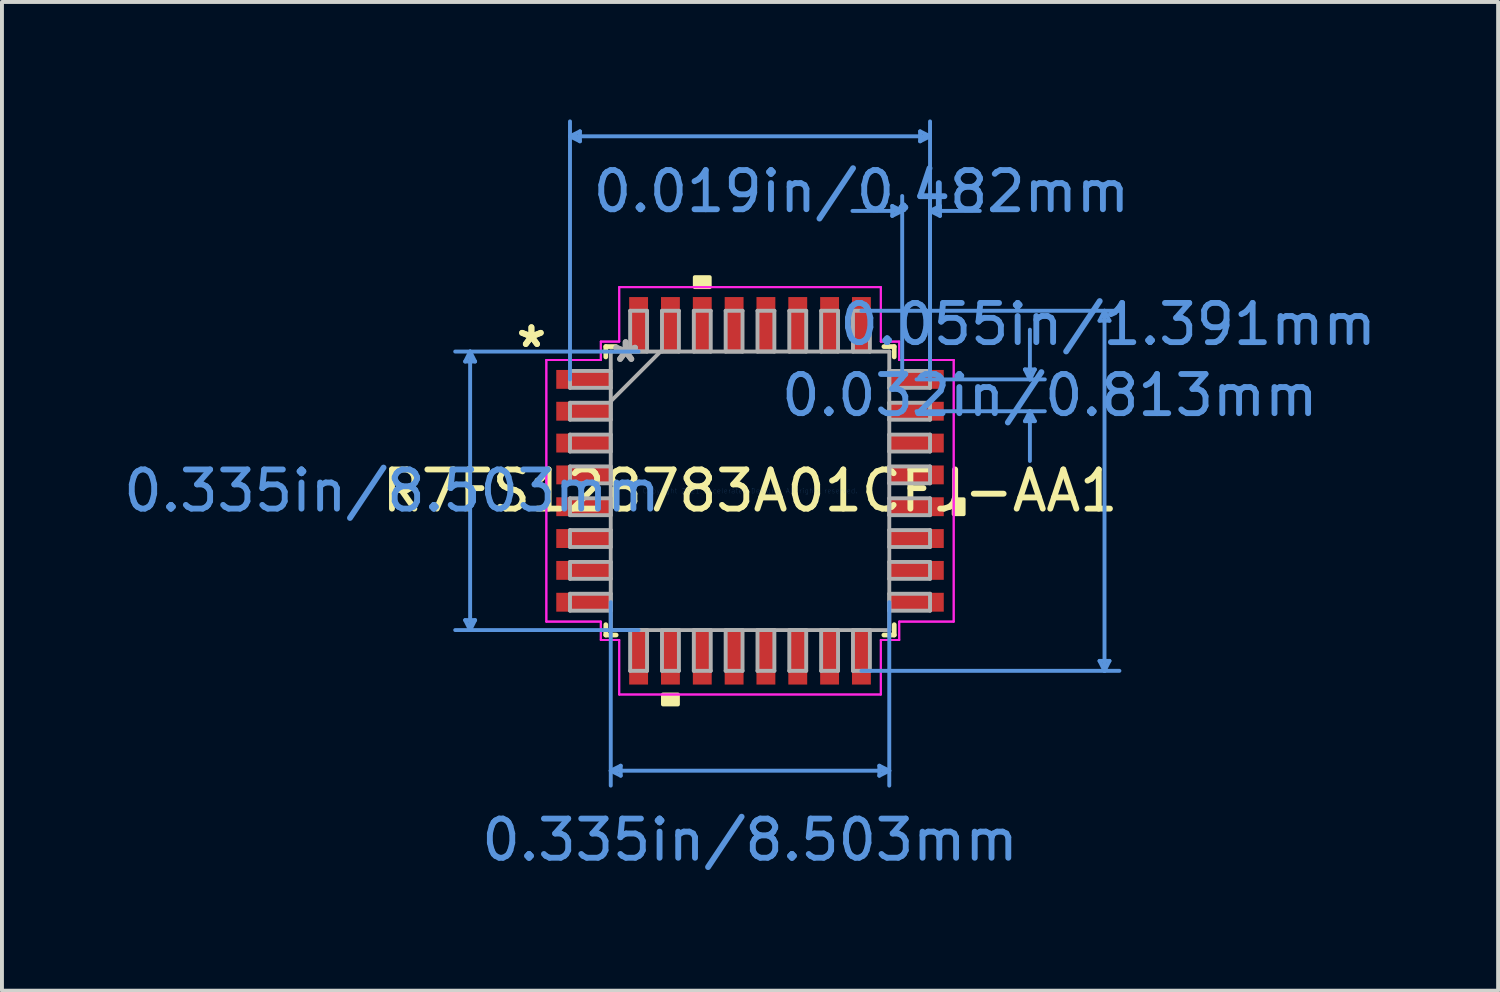
<source format=kicad_pcb>
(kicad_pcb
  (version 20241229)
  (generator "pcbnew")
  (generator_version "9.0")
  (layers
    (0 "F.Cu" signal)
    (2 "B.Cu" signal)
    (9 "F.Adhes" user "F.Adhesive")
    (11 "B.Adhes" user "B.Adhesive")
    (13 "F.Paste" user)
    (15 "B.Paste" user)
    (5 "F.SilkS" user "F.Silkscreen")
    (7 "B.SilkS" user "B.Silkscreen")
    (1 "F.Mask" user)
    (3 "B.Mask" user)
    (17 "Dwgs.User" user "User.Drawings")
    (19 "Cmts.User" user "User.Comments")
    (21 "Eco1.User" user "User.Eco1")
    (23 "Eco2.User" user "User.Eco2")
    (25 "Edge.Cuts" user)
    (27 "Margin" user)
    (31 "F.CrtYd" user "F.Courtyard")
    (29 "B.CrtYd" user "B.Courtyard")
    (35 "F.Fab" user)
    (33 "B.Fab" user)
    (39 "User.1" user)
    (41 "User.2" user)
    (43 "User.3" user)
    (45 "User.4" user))
  (footprint "R7FS128783A01CFJ-AA1"
    (layer "F.Cu")
    (at 16.102 9.483)
    (property "Reference" "R7FS128783A01CFJ-AA1" (at 0 0 0) (layer "F.SilkS") (effects (font (size 1 1) (thickness 0.15))))
    (attr through_hole)
    (fp_line (start -3.683 -3.683) (end -3.683 -3.418) (stroke (width 0.12) (type solid)) (layer "F.SilkS"))
    (fp_line (start -3.683 3.418) (end -3.683 3.683) (stroke (width 0.12) (type solid)) (layer "F.SilkS"))
    (fp_line (start -3.683 3.683) (end -3.418 3.683) (stroke (width 0.12) (type solid)) (layer "F.SilkS"))
    (fp_line (start -3.418 -3.683) (end -3.683 -3.683) (stroke (width 0.12) (type solid)) (layer "F.SilkS"))
    (fp_line (start 3.418 3.683) (end 3.683 3.683) (stroke (width 0.12) (type solid)) (layer "F.SilkS"))
    (fp_line (start 3.683 -3.683) (end 3.418 -3.683) (stroke (width 0.12) (type solid)) (layer "F.SilkS"))
    (fp_line (start 3.683 -3.418) (end 3.683 -3.683) (stroke (width 0.12) (type solid)) (layer "F.SilkS"))
    (fp_line (start 3.683 3.683) (end 3.683 3.418) (stroke (width 0.12) (type solid)) (layer "F.SilkS"))
    (fp_poly (pts (xy -2.223 5.201) (xy -2.223 5.455) (xy -1.841 5.455) (xy -1.841 5.201)) (stroke (width 0.1) (type solid)) (fill yes) (layer "F.SilkS"))
    (fp_poly (pts (xy -1.41 -5.201) (xy -1.41 -5.455) (xy -1.029 -5.455) (xy -1.029 -5.201)) (stroke (width 0.1) (type solid)) (fill yes) (layer "F.SilkS"))
    (fp_poly (pts (xy 5.455 0.216) (xy 5.455 0.597) (xy 5.201 0.597) (xy 5.201 0.216)) (stroke (width 0.1) (type solid)) (fill yes) (layer "F.SilkS"))
    (fp_line (start -7.274 -3.302) (end -7.02 -3.302) (stroke (width 0.1) (type solid)) (layer "Cmts.User"))
    (fp_line (start -7.274 3.302) (end -7.02 3.302) (stroke (width 0.1) (type solid)) (layer "Cmts.User"))
    (fp_line (start -7.147 -3.556) (end -7.274 -3.302) (stroke (width 0.1) (type solid)) (layer "Cmts.User"))
    (fp_line (start -7.147 -3.556) (end -7.147 3.556) (stroke (width 0.1) (type solid)) (layer "Cmts.User"))
    (fp_line (start -7.147 -3.556) (end -7.02 -3.302) (stroke (width 0.1) (type solid)) (layer "Cmts.User"))
    (fp_line (start -7.147 3.556) (end -7.274 3.302) (stroke (width 0.1) (type solid)) (layer "Cmts.User"))
    (fp_line (start -7.147 3.556) (end -7.02 3.302) (stroke (width 0.1) (type solid)) (layer "Cmts.User"))
    (fp_line (start -4.597 -9.052) (end -4.343 -9.179) (stroke (width 0.1) (type solid)) (layer "Cmts.User"))
    (fp_line (start -4.597 -9.052) (end -4.343 -8.925) (stroke (width 0.1) (type solid)) (layer "Cmts.User"))
    (fp_line (start -4.597 -9.052) (end 4.597 -9.052) (stroke (width 0.1) (type solid)) (layer "Cmts.User"))
    (fp_line (start -4.597 -2.845) (end -4.597 -9.433) (stroke (width 0.1) (type solid)) (layer "Cmts.User"))
    (fp_line (start -4.343 -9.179) (end -4.343 -8.925) (stroke (width 0.1) (type solid)) (layer "Cmts.User"))
    (fp_line (start -3.556 2.845) (end -3.556 7.528) (stroke (width 0.1) (type solid)) (layer "Cmts.User"))
    (fp_line (start -3.556 7.147) (end -3.302 7.02) (stroke (width 0.1) (type solid)) (layer "Cmts.User"))
    (fp_line (start -3.556 7.147) (end -3.302 7.274) (stroke (width 0.1) (type solid)) (layer "Cmts.User"))
    (fp_line (start -3.556 7.147) (end 3.556 7.147) (stroke (width 0.1) (type solid)) (layer "Cmts.User"))
    (fp_line (start -3.302 7.02) (end -3.302 7.274) (stroke (width 0.1) (type solid)) (layer "Cmts.User"))
    (fp_line (start -2.845 -3.556) (end -7.528 -3.556) (stroke (width 0.1) (type solid)) (layer "Cmts.User"))
    (fp_line (start -2.845 3.556) (end -7.528 3.556) (stroke (width 0.1) (type solid)) (layer "Cmts.User"))
    (fp_line (start 2.845 -4.597) (end 9.433 -4.597) (stroke (width 0.1) (type solid)) (layer "Cmts.User"))
    (fp_line (start 2.845 4.597) (end 9.433 4.597) (stroke (width 0.1) (type solid)) (layer "Cmts.User"))
    (fp_line (start 3.302 7.02) (end 3.302 7.274) (stroke (width 0.1) (type solid)) (layer "Cmts.User"))
    (fp_line (start 3.556 2.845) (end 3.556 7.528) (stroke (width 0.1) (type solid)) (layer "Cmts.User"))
    (fp_line (start 3.556 7.147) (end 3.302 7.02) (stroke (width 0.1) (type solid)) (layer "Cmts.User"))
    (fp_line (start 3.556 7.147) (end 3.302 7.274) (stroke (width 0.1) (type solid)) (layer "Cmts.User"))
    (fp_line (start 3.632 -7.274) (end 3.632 -7.02) (stroke (width 0.1) (type solid)) (layer "Cmts.User"))
    (fp_line (start 3.886 -7.147) (end 2.616 -7.147) (stroke (width 0.1) (type solid)) (layer "Cmts.User"))
    (fp_line (start 3.886 -7.147) (end 3.632 -7.274) (stroke (width 0.1) (type solid)) (layer "Cmts.User"))
    (fp_line (start 3.886 -7.147) (end 3.632 -7.02) (stroke (width 0.1) (type solid)) (layer "Cmts.User"))
    (fp_line (start 3.886 -2.845) (end 3.886 -7.528) (stroke (width 0.1) (type solid)) (layer "Cmts.User"))
    (fp_line (start 4.252 -2.845) (end 7.528 -2.845) (stroke (width 0.1) (type solid)) (layer "Cmts.User"))
    (fp_line (start 4.252 -2.032) (end 7.528 -2.032) (stroke (width 0.1) (type solid)) (layer "Cmts.User"))
    (fp_line (start 4.343 -9.179) (end 4.343 -8.925) (stroke (width 0.1) (type solid)) (layer "Cmts.User"))
    (fp_line (start 4.597 -9.052) (end 4.343 -9.179) (stroke (width 0.1) (type solid)) (layer "Cmts.User"))
    (fp_line (start 4.597 -9.052) (end 4.343 -8.925) (stroke (width 0.1) (type solid)) (layer "Cmts.User"))
    (fp_line (start 4.597 -7.147) (end 4.851 -7.274) (stroke (width 0.1) (type solid)) (layer "Cmts.User"))
    (fp_line (start 4.597 -7.147) (end 4.851 -7.02) (stroke (width 0.1) (type solid)) (layer "Cmts.User"))
    (fp_line (start 4.597 -7.147) (end 5.867 -7.147) (stroke (width 0.1) (type solid)) (layer "Cmts.User"))
    (fp_line (start 4.597 -2.845) (end 4.597 -9.433) (stroke (width 0.1) (type solid)) (layer "Cmts.User"))
    (fp_line (start 4.597 -2.845) (end 4.597 -7.528) (stroke (width 0.1) (type solid)) (layer "Cmts.User"))
    (fp_line (start 4.851 -7.274) (end 4.851 -7.02) (stroke (width 0.1) (type solid)) (layer "Cmts.User"))
    (fp_line (start 7.02 -3.099) (end 7.274 -3.099) (stroke (width 0.1) (type solid)) (layer "Cmts.User"))
    (fp_line (start 7.02 -1.778) (end 7.274 -1.778) (stroke (width 0.1) (type solid)) (layer "Cmts.User"))
    (fp_line (start 7.147 -2.845) (end 7.02 -3.099) (stroke (width 0.1) (type solid)) (layer "Cmts.User"))
    (fp_line (start 7.147 -2.845) (end 7.147 -4.115) (stroke (width 0.1) (type solid)) (layer "Cmts.User"))
    (fp_line (start 7.147 -2.845) (end 7.274 -3.099) (stroke (width 0.1) (type solid)) (layer "Cmts.User"))
    (fp_line (start 7.147 -2.032) (end 7.02 -1.778) (stroke (width 0.1) (type solid)) (layer "Cmts.User"))
    (fp_line (start 7.147 -2.032) (end 7.147 -0.762) (stroke (width 0.1) (type solid)) (layer "Cmts.User"))
    (fp_line (start 7.147 -2.032) (end 7.274 -1.778) (stroke (width 0.1) (type solid)) (layer "Cmts.User"))
    (fp_line (start 8.925 -4.343) (end 9.179 -4.343) (stroke (width 0.1) (type solid)) (layer "Cmts.User"))
    (fp_line (start 8.925 4.343) (end 9.179 4.343) (stroke (width 0.1) (type solid)) (layer "Cmts.User"))
    (fp_line (start 9.052 -4.597) (end 8.925 -4.343) (stroke (width 0.1) (type solid)) (layer "Cmts.User"))
    (fp_line (start 9.052 -4.597) (end 9.052 4.597) (stroke (width 0.1) (type solid)) (layer "Cmts.User"))
    (fp_line (start 9.052 -4.597) (end 9.179 -4.343) (stroke (width 0.1) (type solid)) (layer "Cmts.User"))
    (fp_line (start 9.052 4.597) (end 8.925 4.343) (stroke (width 0.1) (type solid)) (layer "Cmts.User"))
    (fp_line (start 9.052 4.597) (end 9.179 4.343) (stroke (width 0.1) (type solid)) (layer "Cmts.User"))
    (fp_line (start -5.201 -3.34) (end -3.81 -3.34) (stroke (width 0.05) (type solid)) (layer "F.CrtYd"))
    (fp_line (start -5.201 -3.34) (end -3.81 -3.34) (stroke (width 0.05) (type solid)) (layer "F.CrtYd"))
    (fp_line (start -5.201 3.34) (end -5.201 -3.34) (stroke (width 0.05) (type solid)) (layer "F.CrtYd"))
    (fp_line (start -5.201 3.34) (end -5.201 -3.34) (stroke (width 0.05) (type solid)) (layer "F.CrtYd"))
    (fp_line (start -3.81 -3.81) (end -3.34 -3.81) (stroke (width 0.05) (type solid)) (layer "F.CrtYd"))
    (fp_line (start -3.81 -3.81) (end -3.34 -3.81) (stroke (width 0.05) (type solid)) (layer "F.CrtYd"))
    (fp_line (start -3.81 -3.34) (end -3.81 -3.81) (stroke (width 0.05) (type solid)) (layer "F.CrtYd"))
    (fp_line (start -3.81 -3.34) (end -3.81 -3.81) (stroke (width 0.05) (type solid)) (layer "F.CrtYd"))
    (fp_line (start -3.81 3.34) (end -5.201 3.34) (stroke (width 0.05) (type solid)) (layer "F.CrtYd"))
    (fp_line (start -3.81 3.34) (end -5.201 3.34) (stroke (width 0.05) (type solid)) (layer "F.CrtYd"))
    (fp_line (start -3.81 3.81) (end -3.81 3.34) (stroke (width 0.05) (type solid)) (layer "F.CrtYd"))
    (fp_line (start -3.81 3.81) (end -3.81 3.34) (stroke (width 0.05) (type solid)) (layer "F.CrtYd"))
    (fp_line (start -3.81 3.81) (end -3.34 3.81) (stroke (width 0.05) (type solid)) (layer "F.CrtYd"))
    (fp_line (start -3.34 -5.201) (end 3.34 -5.201) (stroke (width 0.05) (type solid)) (layer "F.CrtYd"))
    (fp_line (start -3.34 -5.201) (end 3.34 -5.201) (stroke (width 0.05) (type solid)) (layer "F.CrtYd"))
    (fp_line (start -3.34 -3.81) (end -3.34 -5.201) (stroke (width 0.05) (type solid)) (layer "F.CrtYd"))
    (fp_line (start -3.34 -3.81) (end -3.34 -5.201) (stroke (width 0.05) (type solid)) (layer "F.CrtYd"))
    (fp_line (start -3.34 3.81) (end -3.81 3.81) (stroke (width 0.05) (type solid)) (layer "F.CrtYd"))
    (fp_line (start -3.34 3.81) (end -3.34 5.201) (stroke (width 0.05) (type solid)) (layer "F.CrtYd"))
    (fp_line (start -3.34 5.201) (end -3.34 3.81) (stroke (width 0.05) (type solid)) (layer "F.CrtYd"))
    (fp_line (start -3.34 5.201) (end 3.34 5.201) (stroke (width 0.05) (type solid)) (layer "F.CrtYd"))
    (fp_line (start 3.34 -5.201) (end 3.34 -3.81) (stroke (width 0.05) (type solid)) (layer "F.CrtYd"))
    (fp_line (start 3.34 -5.201) (end 3.34 -3.81) (stroke (width 0.05) (type solid)) (layer "F.CrtYd"))
    (fp_line (start 3.34 -3.81) (end 3.81 -3.81) (stroke (width 0.05) (type solid)) (layer "F.CrtYd"))
    (fp_line (start 3.34 -3.81) (end 3.81 -3.81) (stroke (width 0.05) (type solid)) (layer "F.CrtYd"))
    (fp_line (start 3.34 3.81) (end 3.34 5.201) (stroke (width 0.05) (type solid)) (layer "F.CrtYd"))
    (fp_line (start 3.34 3.81) (end 3.81 3.81) (stroke (width 0.05) (type solid)) (layer "F.CrtYd"))
    (fp_line (start 3.34 5.201) (end -3.34 5.201) (stroke (width 0.05) (type solid)) (layer "F.CrtYd"))
    (fp_line (start 3.34 5.201) (end 3.34 3.81) (stroke (width 0.05) (type solid)) (layer "F.CrtYd"))
    (fp_line (start 3.81 -3.81) (end 3.81 -3.34) (stroke (width 0.05) (type solid)) (layer "F.CrtYd"))
    (fp_line (start 3.81 -3.34) (end 3.81 -3.81) (stroke (width 0.05) (type solid)) (layer "F.CrtYd"))
    (fp_line (start 3.81 -3.34) (end 5.201 -3.34) (stroke (width 0.05) (type solid)) (layer "F.CrtYd"))
    (fp_line (start 3.81 3.34) (end 3.81 3.81) (stroke (width 0.05) (type solid)) (layer "F.CrtYd"))
    (fp_line (start 3.81 3.34) (end 5.201 3.34) (stroke (width 0.05) (type solid)) (layer "F.CrtYd"))
    (fp_line (start 3.81 3.81) (end 3.34 3.81) (stroke (width 0.05) (type solid)) (layer "F.CrtYd"))
    (fp_line (start 3.81 3.81) (end 3.81 3.34) (stroke (width 0.05) (type solid)) (layer "F.CrtYd"))
    (fp_line (start 5.201 -3.34) (end 3.81 -3.34) (stroke (width 0.05) (type solid)) (layer "F.CrtYd"))
    (fp_line (start 5.201 -3.34) (end 5.201 3.34) (stroke (width 0.05) (type solid)) (layer "F.CrtYd"))
    (fp_line (start 5.201 3.34) (end 3.81 3.34) (stroke (width 0.05) (type solid)) (layer "F.CrtYd"))
    (fp_line (start 5.201 3.34) (end 5.201 -3.34) (stroke (width 0.05) (type solid)) (layer "F.CrtYd"))
    (fp_line (start -4.597 -3.061) (end -4.597 -2.629) (stroke (width 0.1) (type solid)) (layer "F.Fab"))
    (fp_line (start -4.597 -2.629) (end -3.556 -2.629) (stroke (width 0.1) (type solid)) (layer "F.Fab"))
    (fp_line (start -4.597 -2.248) (end -4.597 -1.816) (stroke (width 0.1) (type solid)) (layer "F.Fab"))
    (fp_line (start -4.597 -1.816) (end -3.556 -1.816) (stroke (width 0.1) (type solid)) (layer "F.Fab"))
    (fp_line (start -4.597 -1.435) (end -4.597 -1.003) (stroke (width 0.1) (type solid)) (layer "F.Fab"))
    (fp_line (start -4.597 -1.003) (end -3.556 -1.003) (stroke (width 0.1) (type solid)) (layer "F.Fab"))
    (fp_line (start -4.597 -0.622) (end -4.597 -0.191) (stroke (width 0.1) (type solid)) (layer "F.Fab"))
    (fp_line (start -4.597 -0.191) (end -3.556 -0.191) (stroke (width 0.1) (type solid)) (layer "F.Fab"))
    (fp_line (start -4.597 0.191) (end -4.597 0.622) (stroke (width 0.1) (type solid)) (layer "F.Fab"))
    (fp_line (start -4.597 0.622) (end -3.556 0.622) (stroke (width 0.1) (type solid)) (layer "F.Fab"))
    (fp_line (start -4.597 1.003) (end -4.597 1.435) (stroke (width 0.1) (type solid)) (layer "F.Fab"))
    (fp_line (start -4.597 1.435) (end -3.556 1.435) (stroke (width 0.1) (type solid)) (layer "F.Fab"))
    (fp_line (start -4.597 1.816) (end -4.597 2.248) (stroke (width 0.1) (type solid)) (layer "F.Fab"))
    (fp_line (start -4.597 2.248) (end -3.556 2.248) (stroke (width 0.1) (type solid)) (layer "F.Fab"))
    (fp_line (start -4.597 2.629) (end -4.597 3.061) (stroke (width 0.1) (type solid)) (layer "F.Fab"))
    (fp_line (start -4.597 3.061) (end -3.556 3.061) (stroke (width 0.1) (type solid)) (layer "F.Fab"))
    (fp_line (start -3.556 -3.556) (end -3.556 3.556) (stroke (width 0.1) (type solid)) (layer "F.Fab"))
    (fp_line (start -3.556 -3.061) (end -4.597 -3.061) (stroke (width 0.1) (type solid)) (layer "F.Fab"))
    (fp_line (start -3.556 -2.629) (end -3.556 -3.061) (stroke (width 0.1) (type solid)) (layer "F.Fab"))
    (fp_line (start -3.556 -2.286) (end -2.286 -3.556) (stroke (width 0.1) (type solid)) (layer "F.Fab"))
    (fp_line (start -3.556 -2.248) (end -4.597 -2.248) (stroke (width 0.1) (type solid)) (layer "F.Fab"))
    (fp_line (start -3.556 -1.816) (end -3.556 -2.248) (stroke (width 0.1) (type solid)) (layer "F.Fab"))
    (fp_line (start -3.556 -1.435) (end -4.597 -1.435) (stroke (width 0.1) (type solid)) (layer "F.Fab"))
    (fp_line (start -3.556 -1.003) (end -3.556 -1.435) (stroke (width 0.1) (type solid)) (layer "F.Fab"))
    (fp_line (start -3.556 -0.622) (end -4.597 -0.622) (stroke (width 0.1) (type solid)) (layer "F.Fab"))
    (fp_line (start -3.556 -0.191) (end -3.556 -0.622) (stroke (width 0.1) (type solid)) (layer "F.Fab"))
    (fp_line (start -3.556 0.191) (end -4.597 0.191) (stroke (width 0.1) (type solid)) (layer "F.Fab"))
    (fp_line (start -3.556 0.622) (end -3.556 0.191) (stroke (width 0.1) (type solid)) (layer "F.Fab"))
    (fp_line (start -3.556 1.003) (end -4.597 1.003) (stroke (width 0.1) (type solid)) (layer "F.Fab"))
    (fp_line (start -3.556 1.435) (end -3.556 1.003) (stroke (width 0.1) (type solid)) (layer "F.Fab"))
    (fp_line (start -3.556 1.816) (end -4.597 1.816) (stroke (width 0.1) (type solid)) (layer "F.Fab"))
    (fp_line (start -3.556 2.248) (end -3.556 1.816) (stroke (width 0.1) (type solid)) (layer "F.Fab"))
    (fp_line (start -3.556 2.629) (end -4.597 2.629) (stroke (width 0.1) (type solid)) (layer "F.Fab"))
    (fp_line (start -3.556 3.061) (end -3.556 2.629) (stroke (width 0.1) (type solid)) (layer "F.Fab"))
    (fp_line (start -3.556 3.556) (end 3.556 3.556) (stroke (width 0.1) (type solid)) (layer "F.Fab"))
    (fp_line (start -3.061 -4.597) (end -3.061 -3.556) (stroke (width 0.1) (type solid)) (layer "F.Fab"))
    (fp_line (start -3.061 -3.556) (end -2.629 -3.556) (stroke (width 0.1) (type solid)) (layer "F.Fab"))
    (fp_line (start -3.061 3.556) (end -3.061 4.597) (stroke (width 0.1) (type solid)) (layer "F.Fab"))
    (fp_line (start -3.061 4.597) (end -2.629 4.597) (stroke (width 0.1) (type solid)) (layer "F.Fab"))
    (fp_line (start -2.629 -4.597) (end -3.061 -4.597) (stroke (width 0.1) (type solid)) (layer "F.Fab"))
    (fp_line (start -2.629 -3.556) (end -2.629 -4.597) (stroke (width 0.1) (type solid)) (layer "F.Fab"))
    (fp_line (start -2.629 3.556) (end -3.061 3.556) (stroke (width 0.1) (type solid)) (layer "F.Fab"))
    (fp_line (start -2.629 4.597) (end -2.629 3.556) (stroke (width 0.1) (type solid)) (layer "F.Fab"))
    (fp_line (start -2.248 -4.597) (end -2.248 -3.556) (stroke (width 0.1) (type solid)) (layer "F.Fab"))
    (fp_line (start -2.248 -3.556) (end -1.816 -3.556) (stroke (width 0.1) (type solid)) (layer "F.Fab"))
    (fp_line (start -2.248 3.556) (end -2.248 4.597) (stroke (width 0.1) (type solid)) (layer "F.Fab"))
    (fp_line (start -2.248 4.597) (end -1.816 4.597) (stroke (width 0.1) (type solid)) (layer "F.Fab"))
    (fp_line (start -1.816 -4.597) (end -2.248 -4.597) (stroke (width 0.1) (type solid)) (layer "F.Fab"))
    (fp_line (start -1.816 -3.556) (end -1.816 -4.597) (stroke (width 0.1) (type solid)) (layer "F.Fab"))
    (fp_line (start -1.816 3.556) (end -2.248 3.556) (stroke (width 0.1) (type solid)) (layer "F.Fab"))
    (fp_line (start -1.816 4.597) (end -1.816 3.556) (stroke (width 0.1) (type solid)) (layer "F.Fab"))
    (fp_line (start -1.435 -4.597) (end -1.435 -3.556) (stroke (width 0.1) (type solid)) (layer "F.Fab"))
    (fp_line (start -1.435 -3.556) (end -1.003 -3.556) (stroke (width 0.1) (type solid)) (layer "F.Fab"))
    (fp_line (start -1.435 3.556) (end -1.435 4.597) (stroke (width 0.1) (type solid)) (layer "F.Fab"))
    (fp_line (start -1.435 4.597) (end -1.003 4.597) (stroke (width 0.1) (type solid)) (layer "F.Fab"))
    (fp_line (start -1.003 -4.597) (end -1.435 -4.597) (stroke (width 0.1) (type solid)) (layer "F.Fab"))
    (fp_line (start -1.003 -3.556) (end -1.003 -4.597) (stroke (width 0.1) (type solid)) (layer "F.Fab"))
    (fp_line (start -1.003 3.556) (end -1.435 3.556) (stroke (width 0.1) (type solid)) (layer "F.Fab"))
    (fp_line (start -1.003 4.597) (end -1.003 3.556) (stroke (width 0.1) (type solid)) (layer "F.Fab"))
    (fp_line (start -0.622 -4.597) (end -0.622 -3.556) (stroke (width 0.1) (type solid)) (layer "F.Fab"))
    (fp_line (start -0.622 -3.556) (end -0.191 -3.556) (stroke (width 0.1) (type solid)) (layer "F.Fab"))
    (fp_line (start -0.622 3.556) (end -0.622 4.597) (stroke (width 0.1) (type solid)) (layer "F.Fab"))
    (fp_line (start -0.622 4.597) (end -0.191 4.597) (stroke (width 0.1) (type solid)) (layer "F.Fab"))
    (fp_line (start -0.191 -4.597) (end -0.622 -4.597) (stroke (width 0.1) (type solid)) (layer "F.Fab"))
    (fp_line (start -0.191 -3.556) (end -0.191 -4.597) (stroke (width 0.1) (type solid)) (layer "F.Fab"))
    (fp_line (start -0.191 3.556) (end -0.622 3.556) (stroke (width 0.1) (type solid)) (layer "F.Fab"))
    (fp_line (start -0.191 4.597) (end -0.191 3.556) (stroke (width 0.1) (type solid)) (layer "F.Fab"))
    (fp_line (start 0.191 -4.597) (end 0.191 -3.556) (stroke (width 0.1) (type solid)) (layer "F.Fab"))
    (fp_line (start 0.191 -3.556) (end 0.622 -3.556) (stroke (width 0.1) (type solid)) (layer "F.Fab"))
    (fp_line (start 0.191 3.556) (end 0.191 4.597) (stroke (width 0.1) (type solid)) (layer "F.Fab"))
    (fp_line (start 0.191 4.597) (end 0.622 4.597) (stroke (width 0.1) (type solid)) (layer "F.Fab"))
    (fp_line (start 0.622 -4.597) (end 0.191 -4.597) (stroke (width 0.1) (type solid)) (layer "F.Fab"))
    (fp_line (start 0.622 -3.556) (end 0.622 -4.597) (stroke (width 0.1) (type solid)) (layer "F.Fab"))
    (fp_line (start 0.622 3.556) (end 0.191 3.556) (stroke (width 0.1) (type solid)) (layer "F.Fab"))
    (fp_line (start 0.622 4.597) (end 0.622 3.556) (stroke (width 0.1) (type solid)) (layer "F.Fab"))
    (fp_line (start 1.003 -4.597) (end 1.003 -3.556) (stroke (width 0.1) (type solid)) (layer "F.Fab"))
    (fp_line (start 1.003 -3.556) (end 1.435 -3.556) (stroke (width 0.1) (type solid)) (layer "F.Fab"))
    (fp_line (start 1.003 3.556) (end 1.003 4.597) (stroke (width 0.1) (type solid)) (layer "F.Fab"))
    (fp_line (start 1.003 4.597) (end 1.435 4.597) (stroke (width 0.1) (type solid)) (layer "F.Fab"))
    (fp_line (start 1.435 -4.597) (end 1.003 -4.597) (stroke (width 0.1) (type solid)) (layer "F.Fab"))
    (fp_line (start 1.435 -3.556) (end 1.435 -4.597) (stroke (width 0.1) (type solid)) (layer "F.Fab"))
    (fp_line (start 1.435 3.556) (end 1.003 3.556) (stroke (width 0.1) (type solid)) (layer "F.Fab"))
    (fp_line (start 1.435 4.597) (end 1.435 3.556) (stroke (width 0.1) (type solid)) (layer "F.Fab"))
    (fp_line (start 1.816 -4.597) (end 1.816 -3.556) (stroke (width 0.1) (type solid)) (layer "F.Fab"))
    (fp_line (start 1.816 -3.556) (end 2.248 -3.556) (stroke (width 0.1) (type solid)) (layer "F.Fab"))
    (fp_line (start 1.816 3.556) (end 1.816 4.597) (stroke (width 0.1) (type solid)) (layer "F.Fab"))
    (fp_line (start 1.816 4.597) (end 2.248 4.597) (stroke (width 0.1) (type solid)) (layer "F.Fab"))
    (fp_line (start 2.248 -4.597) (end 1.816 -4.597) (stroke (width 0.1) (type solid)) (layer "F.Fab"))
    (fp_line (start 2.248 -3.556) (end 2.248 -4.597) (stroke (width 0.1) (type solid)) (layer "F.Fab"))
    (fp_line (start 2.248 3.556) (end 1.816 3.556) (stroke (width 0.1) (type solid)) (layer "F.Fab"))
    (fp_line (start 2.248 4.597) (end 2.248 3.556) (stroke (width 0.1) (type solid)) (layer "F.Fab"))
    (fp_line (start 2.629 -4.597) (end 2.629 -3.556) (stroke (width 0.1) (type solid)) (layer "F.Fab"))
    (fp_line (start 2.629 -3.556) (end 3.061 -3.556) (stroke (width 0.1) (type solid)) (layer "F.Fab"))
    (fp_line (start 2.629 3.556) (end 2.629 4.597) (stroke (width 0.1) (type solid)) (layer "F.Fab"))
    (fp_line (start 2.629 4.597) (end 3.061 4.597) (stroke (width 0.1) (type solid)) (layer "F.Fab"))
    (fp_line (start 3.061 -4.597) (end 2.629 -4.597) (stroke (width 0.1) (type solid)) (layer "F.Fab"))
    (fp_line (start 3.061 -3.556) (end 3.061 -4.597) (stroke (width 0.1) (type solid)) (layer "F.Fab"))
    (fp_line (start 3.061 3.556) (end 2.629 3.556) (stroke (width 0.1) (type solid)) (layer "F.Fab"))
    (fp_line (start 3.061 4.597) (end 3.061 3.556) (stroke (width 0.1) (type solid)) (layer "F.Fab"))
    (fp_line (start 3.556 -3.556) (end -3.556 -3.556) (stroke (width 0.1) (type solid)) (layer "F.Fab"))
    (fp_line (start 3.556 -3.061) (end 3.556 -2.629) (stroke (width 0.1) (type solid)) (layer "F.Fab"))
    (fp_line (start 3.556 -2.629) (end 4.597 -2.629) (stroke (width 0.1) (type solid)) (layer "F.Fab"))
    (fp_line (start 3.556 -2.248) (end 3.556 -1.816) (stroke (width 0.1) (type solid)) (layer "F.Fab"))
    (fp_line (start 3.556 -1.816) (end 4.597 -1.816) (stroke (width 0.1) (type solid)) (layer "F.Fab"))
    (fp_line (start 3.556 -1.435) (end 3.556 -1.003) (stroke (width 0.1) (type solid)) (layer "F.Fab"))
    (fp_line (start 3.556 -1.003) (end 4.597 -1.003) (stroke (width 0.1) (type solid)) (layer "F.Fab"))
    (fp_line (start 3.556 -0.622) (end 3.556 -0.191) (stroke (width 0.1) (type solid)) (layer "F.Fab"))
    (fp_line (start 3.556 -0.191) (end 4.597 -0.191) (stroke (width 0.1) (type solid)) (layer "F.Fab"))
    (fp_line (start 3.556 0.191) (end 3.556 0.622) (stroke (width 0.1) (type solid)) (layer "F.Fab"))
    (fp_line (start 3.556 0.622) (end 4.597 0.622) (stroke (width 0.1) (type solid)) (layer "F.Fab"))
    (fp_line (start 3.556 1.003) (end 3.556 1.435) (stroke (width 0.1) (type solid)) (layer "F.Fab"))
    (fp_line (start 3.556 1.435) (end 4.597 1.435) (stroke (width 0.1) (type solid)) (layer "F.Fab"))
    (fp_line (start 3.556 1.816) (end 3.556 2.248) (stroke (width 0.1) (type solid)) (layer "F.Fab"))
    (fp_line (start 3.556 2.248) (end 4.597 2.248) (stroke (width 0.1) (type solid)) (layer "F.Fab"))
    (fp_line (start 3.556 2.629) (end 3.556 3.061) (stroke (width 0.1) (type solid)) (layer "F.Fab"))
    (fp_line (start 3.556 3.061) (end 4.597 3.061) (stroke (width 0.1) (type solid)) (layer "F.Fab"))
    (fp_line (start 3.556 3.556) (end 3.556 -3.556) (stroke (width 0.1) (type solid)) (layer "F.Fab"))
    (fp_line (start 4.597 -3.061) (end 3.556 -3.061) (stroke (width 0.1) (type solid)) (layer "F.Fab"))
    (fp_line (start 4.597 -2.629) (end 4.597 -3.061) (stroke (width 0.1) (type solid)) (layer "F.Fab"))
    (fp_line (start 4.597 -2.248) (end 3.556 -2.248) (stroke (width 0.1) (type solid)) (layer "F.Fab"))
    (fp_line (start 4.597 -1.816) (end 4.597 -2.248) (stroke (width 0.1) (type solid)) (layer "F.Fab"))
    (fp_line (start 4.597 -1.435) (end 3.556 -1.435) (stroke (width 0.1) (type solid)) (layer "F.Fab"))
    (fp_line (start 4.597 -1.003) (end 4.597 -1.435) (stroke (width 0.1) (type solid)) (layer "F.Fab"))
    (fp_line (start 4.597 -0.622) (end 3.556 -0.622) (stroke (width 0.1) (type solid)) (layer "F.Fab"))
    (fp_line (start 4.597 -0.191) (end 4.597 -0.622) (stroke (width 0.1) (type solid)) (layer "F.Fab"))
    (fp_line (start 4.597 0.191) (end 3.556 0.191) (stroke (width 0.1) (type solid)) (layer "F.Fab"))
    (fp_line (start 4.597 0.622) (end 4.597 0.191) (stroke (width 0.1) (type solid)) (layer "F.Fab"))
    (fp_line (start 4.597 1.003) (end 3.556 1.003) (stroke (width 0.1) (type solid)) (layer "F.Fab"))
    (fp_line (start 4.597 1.435) (end 4.597 1.003) (stroke (width 0.1) (type solid)) (layer "F.Fab"))
    (fp_line (start 4.597 1.816) (end 3.556 1.816) (stroke (width 0.1) (type solid)) (layer "F.Fab"))
    (fp_line (start 4.597 2.248) (end 4.597 1.816) (stroke (width 0.1) (type solid)) (layer "F.Fab"))
    (fp_line (start 4.597 2.629) (end 3.556 2.629) (stroke (width 0.1) (type solid)) (layer "F.Fab"))
    (fp_line (start 4.597 3.061) (end 4.597 2.629) (stroke (width 0.1) (type solid)) (layer "F.Fab"))
    (fp_text user "*" (at -5.582 -3.632 0) (layer "F.SilkS") (effects (font (size 1 1) (thickness 0.15))))
    (fp_text user "*" (at -5.582 -3.632 0) (layer "F.SilkS") (effects (font (size 1 1) (thickness 0.15))))
    (fp_text user "Copyright 2021 Accelerated Designs. All rights reserved." (at 0 0 0) (layer "Cmts.User") (effects (font (size 0.127 0.127) (thickness 0.002))))
    (fp_text user "0.335in/8.503mm" (at -9.144 0 0) (layer "Cmts.User") (effects (font (size 1 1) (thickness 0.15))))
    (fp_text user "0.055in/1.391mm" (at 9.144 -4.252 0) (layer "Cmts.User") (effects (font (size 1 1) (thickness 0.15))))
    (fp_text user "0.335in/8.503mm" (at 0 8.915 0) (layer "Cmts.User") (effects (font (size 1 1) (thickness 0.15))))
    (fp_text user "0.019in/0.482mm" (at 2.845 -7.645 0) (layer "Cmts.User") (effects (font (size 1 1) (thickness 0.15))))
    (fp_text user "0.032in/0.813mm" (at 7.655 -2.438 0) (layer "Cmts.User") (effects (font (size 1 1) (thickness 0.15))))
    (fp_text user "*" (at -3.175 -3.251 0) (layer "F.Fab") (effects (font (size 1 1) (thickness 0.15))))
    (fp_text user "*" (at -3.175 -3.251 0) (layer "F.Fab") (effects (font (size 1 1) (thickness 0.15))))
    (pad "1" smd rect (at -4.252 -2.845 90) (size 0.482 1.391) (layers "F.Cu" "F.Mask" "F.Paste"))
    (pad "2" smd rect (at -4.252 -2.032 90) (size 0.482 1.391) (layers "F.Cu" "F.Mask" "F.Paste"))
    (pad "3" smd rect (at -4.252 -1.219 90) (size 0.482 1.391) (layers "F.Cu" "F.Mask" "F.Paste"))
    (pad "4" smd rect (at -4.252 -0.406 90) (size 0.482 1.391) (layers "F.Cu" "F.Mask" "F.Paste"))
    (pad "5" smd rect (at -4.252 0.406 90) (size 0.482 1.391) (layers "F.Cu" "F.Mask" "F.Paste"))
    (pad "6" smd rect (at -4.252 1.219 90) (size 0.482 1.391) (layers "F.Cu" "F.Mask" "F.Paste"))
    (pad "7" smd rect (at -4.252 2.032 90) (size 0.482 1.391) (layers "F.Cu" "F.Mask" "F.Paste"))
    (pad "8" smd rect (at -4.252 2.845 90) (size 0.482 1.391) (layers "F.Cu" "F.Mask" "F.Paste"))
    (pad "9" smd rect (at -2.845 4.252) (size 0.482 1.391) (layers "F.Cu" "F.Mask" "F.Paste"))
    (pad "10" smd rect (at -2.032 4.252) (size 0.482 1.391) (layers "F.Cu" "F.Mask" "F.Paste"))
    (pad "11" smd rect (at -1.219 4.252) (size 0.482 1.391) (layers "F.Cu" "F.Mask" "F.Paste"))
    (pad "12" smd rect (at -0.406 4.252) (size 0.482 1.391) (layers "F.Cu" "F.Mask" "F.Paste"))
    (pad "13" smd rect (at 0.406 4.252) (size 0.482 1.391) (layers "F.Cu" "F.Mask" "F.Paste"))
    (pad "14" smd rect (at 1.219 4.252) (size 0.482 1.391) (layers "F.Cu" "F.Mask" "F.Paste"))
    (pad "15" smd rect (at 2.032 4.252) (size 0.482 1.391) (layers "F.Cu" "F.Mask" "F.Paste"))
    (pad "16" smd rect (at 2.845 4.252) (size 0.482 1.391) (layers "F.Cu" "F.Mask" "F.Paste"))
    (pad "17" smd rect (at 4.252 2.845 90) (size 0.482 1.391) (layers "F.Cu" "F.Mask" "F.Paste"))
    (pad "18" smd rect (at 4.252 2.032 90) (size 0.482 1.391) (layers "F.Cu" "F.Mask" "F.Paste"))
    (pad "19" smd rect (at 4.252 1.219 90) (size 0.482 1.391) (layers "F.Cu" "F.Mask" "F.Paste"))
    (pad "20" smd rect (at 4.252 0.406 90) (size 0.482 1.391) (layers "F.Cu" "F.Mask" "F.Paste"))
    (pad "21" smd rect (at 4.252 -0.406 90) (size 0.482 1.391) (layers "F.Cu" "F.Mask" "F.Paste"))
    (pad "22" smd rect (at 4.252 -1.219 90) (size 0.482 1.391) (layers "F.Cu" "F.Mask" "F.Paste"))
    (pad "23" smd rect (at 4.252 -2.032 90) (size 0.482 1.391) (layers "F.Cu" "F.Mask" "F.Paste"))
    (pad "24" smd rect (at 4.252 -2.845 90) (size 0.482 1.391) (layers "F.Cu" "F.Mask" "F.Paste"))
    (pad "25" smd rect (at 2.845 -4.252) (size 0.482 1.391) (layers "F.Cu" "F.Mask" "F.Paste"))
    (pad "26" smd rect (at 2.032 -4.252) (size 0.482 1.391) (layers "F.Cu" "F.Mask" "F.Paste"))
    (pad "27" smd rect (at 1.219 -4.252) (size 0.482 1.391) (layers "F.Cu" "F.Mask" "F.Paste"))
    (pad "28" smd rect (at 0.406 -4.252) (size 0.482 1.391) (layers "F.Cu" "F.Mask" "F.Paste"))
    (pad "29" smd rect (at -0.406 -4.252) (size 0.482 1.391) (layers "F.Cu" "F.Mask" "F.Paste"))
    (pad "30" smd rect (at -1.219 -4.252) (size 0.482 1.391) (layers "F.Cu" "F.Mask" "F.Paste"))
    (pad "31" smd rect (at -2.032 -4.252) (size 0.482 1.391) (layers "F.Cu" "F.Mask" "F.Paste"))
    (pad "32" smd rect (at -2.845 -4.252) (size 0.482 1.391) (layers "F.Cu" "F.Mask" "F.Paste")))
  (gr_rect
    (start -3 -3)
    (end 35.205 22.247)
    (stroke (width 0.1) (type default))
    (fill no)
    (layer "Edge.Cuts")))
</source>
